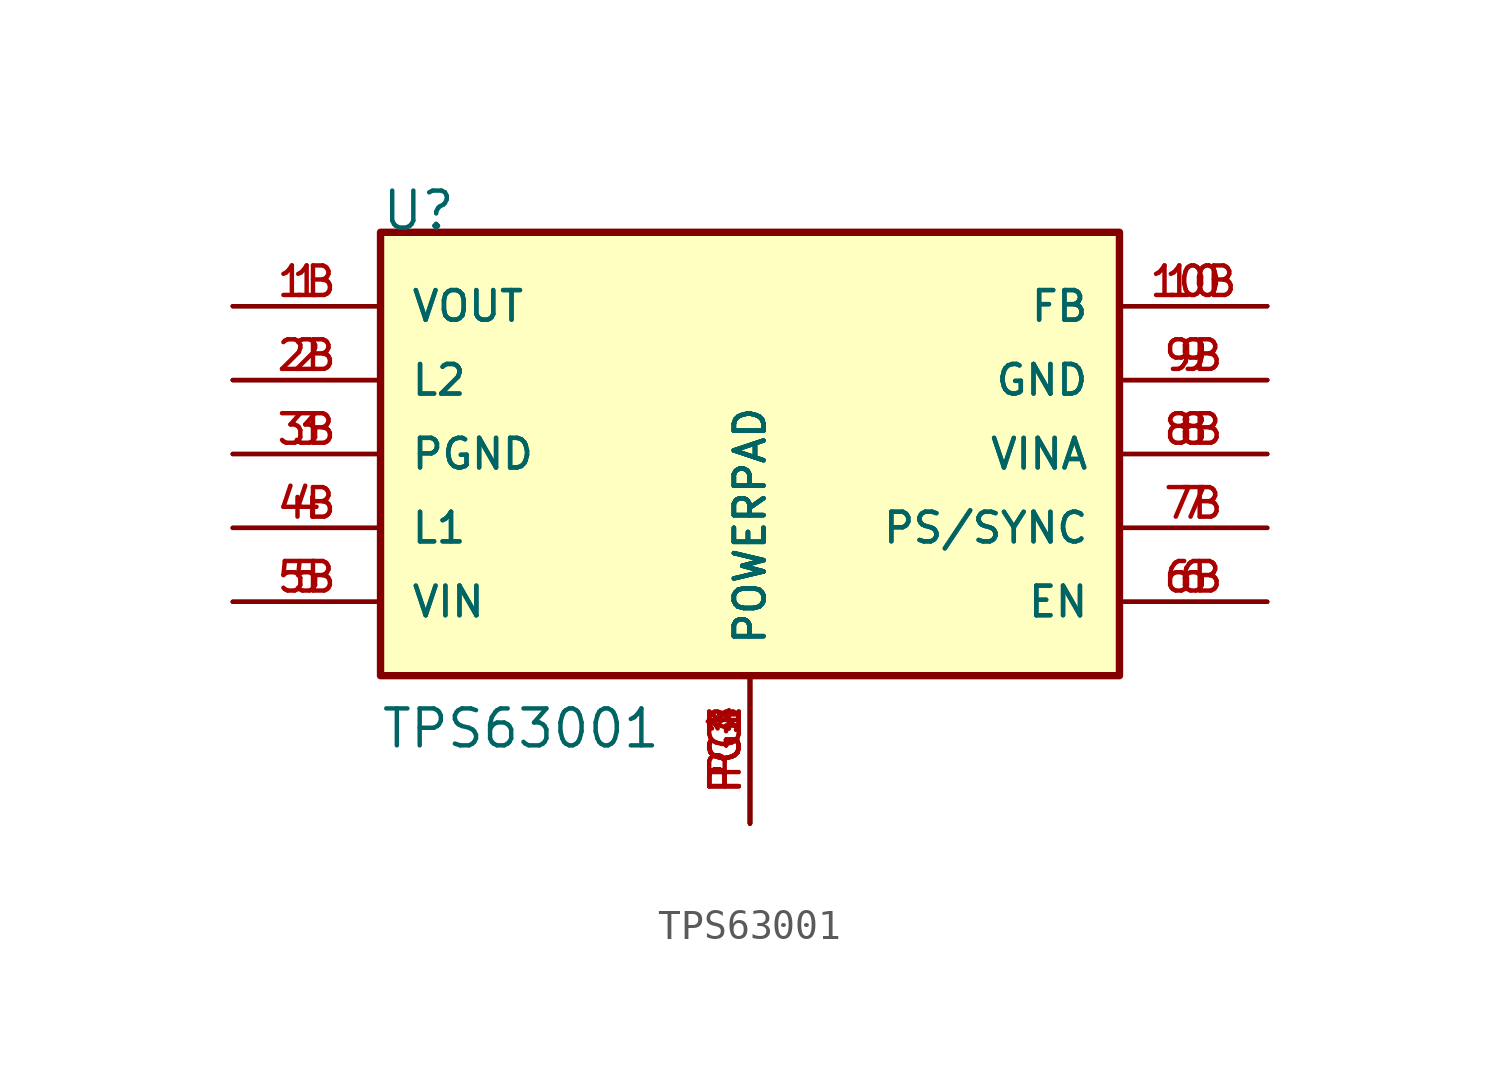
<source format=kicad_sym>
(kicad_symbol_lib
  (version 20211014)
  (generator kicad_symbol_editor)
  (symbol "TPS63001"
    (pin_names
      (offset 1.016))
    (property "Reference" "U"
      (at -12.701 7.621 0)
      (effects (font (size 1.27 1.27)) (justify bottom left)))
    (property "Value" "TPS63001"
      (at -12.724 -10.179 0)
      (effects (font (size 1.27 1.27)) (justify bottom left)))
    (symbol "TPS63001_0_0"
      (rectangle (start -12.7 -7.62) (end 12.7 7.62) (stroke (width 0.254)) (fill (type background)))
      (pin output line (at -17.78 5.08 0) (length 5.08) (name "VOUT" (effects (font (size 1.016 1.016)))) (number "1" (effects (font (size 1.016 1.016)))))
      (pin output line (at -17.78 5.08 0) (length 5.08) (name "VOUT" (effects (font (size 1.016 1.016)))) (number "1B" (effects (font (size 1.016 1.016)))))
      (pin passive line (at -17.78 2.54 0) (length 5.08) (name "L2" (effects (font (size 1.016 1.016)))) (number "2" (effects (font (size 1.016 1.016)))))
      (pin passive line (at -17.78 2.54 0) (length 5.08) (name "L2" (effects (font (size 1.016 1.016)))) (number "2B" (effects (font (size 1.016 1.016)))))
      (pin power_in line (at -17.78 0.0 0) (length 5.08) (name "PGND" (effects (font (size 1.016 1.016)))) (number "3" (effects (font (size 1.016 1.016)))))
      (pin power_in line (at -17.78 0.0 0) (length 5.08) (name "PGND" (effects (font (size 1.016 1.016)))) (number "3B" (effects (font (size 1.016 1.016)))))
      (pin tri_state line (at -17.78 -2.54 0) (length 5.08) (name "L1" (effects (font (size 1.016 1.016)))) (number "4" (effects (font (size 1.016 1.016)))))
      (pin tri_state line (at -17.78 -2.54 0) (length 5.08) (name "L1" (effects (font (size 1.016 1.016)))) (number "4B" (effects (font (size 1.016 1.016)))))
      (pin input line (at -17.78 -5.08 0) (length 5.08) (name "VIN" (effects (font (size 1.016 1.016)))) (number "5" (effects (font (size 1.016 1.016)))))
      (pin input line (at -17.78 -5.08 0) (length 5.08) (name "VIN" (effects (font (size 1.016 1.016)))) (number "5B" (effects (font (size 1.016 1.016)))))
      (pin bidirectional line (at 17.78 -5.08 180.0) (length 5.08) (name "EN" (effects (font (size 1.016 1.016)))) (number "6" (effects (font (size 1.016 1.016)))))
      (pin bidirectional line (at 17.78 -5.08 180.0) (length 5.08) (name "EN" (effects (font (size 1.016 1.016)))) (number "6B" (effects (font (size 1.016 1.016)))))
      (pin bidirectional line (at 17.78 -2.54 180.0) (length 5.08) (name "PS/SYNC" (effects (font (size 1.016 1.016)))) (number "7" (effects (font (size 1.016 1.016)))))
      (pin bidirectional line (at 17.78 -2.54 180.0) (length 5.08) (name "PS/SYNC" (effects (font (size 1.016 1.016)))) (number "7B" (effects (font (size 1.016 1.016)))))
      (pin bidirectional line (at 17.78 0.0 180.0) (length 5.08) (name "VINA" (effects (font (size 1.016 1.016)))) (number "8" (effects (font (size 1.016 1.016)))))
      (pin bidirectional line (at 17.78 0.0 180.0) (length 5.08) (name "VINA" (effects (font (size 1.016 1.016)))) (number "8B" (effects (font (size 1.016 1.016)))))
      (pin power_in line (at 17.78 2.54 180.0) (length 5.08) (name "GND" (effects (font (size 1.016 1.016)))) (number "9" (effects (font (size 1.016 1.016)))))
      (pin power_in line (at 17.78 2.54 180.0) (length 5.08) (name "GND" (effects (font (size 1.016 1.016)))) (number "9B" (effects (font (size 1.016 1.016)))))
      (pin bidirectional line (at 17.78 5.08 180.0) (length 5.08) (name "FB" (effects (font (size 1.016 1.016)))) (number "10" (effects (font (size 1.016 1.016)))))
      (pin bidirectional line (at 17.78 5.08 180.0) (length 5.08) (name "FB" (effects (font (size 1.016 1.016)))) (number "10B" (effects (font (size 1.016 1.016)))))
      (pin bidirectional line (at 0.0 -12.7 90.0) (length 5.08) (name "POWERPAD" (effects (font (size 1.016 1.016)))) (number "PG" (effects (font (size 1.016 1.016)))))
      (pin bidirectional line (at 0.0 -12.7 90.0) (length 5.08) (name "POWERPAD" (effects (font (size 1.016 1.016)))) (number "PG1" (effects (font (size 1.016 1.016)))))
      (pin bidirectional line (at 0.0 -12.7 90.0) (length 5.08) (name "POWERPAD" (effects (font (size 1.016 1.016)))) (number "PG2" (effects (font (size 1.016 1.016)))))
      (pin bidirectional line (at 0.0 -12.7 90.0) (length 5.08) (name "POWERPAD" (effects (font (size 1.016 1.016)))) (number "PG3" (effects (font (size 1.016 1.016)))))
      (pin bidirectional line (at 0.0 -12.7 90.0) (length 5.08) (name "POWERPAD" (effects (font (size 1.016 1.016)))) (number "PG4" (effects (font (size 1.016 1.016))))))))
</source>
